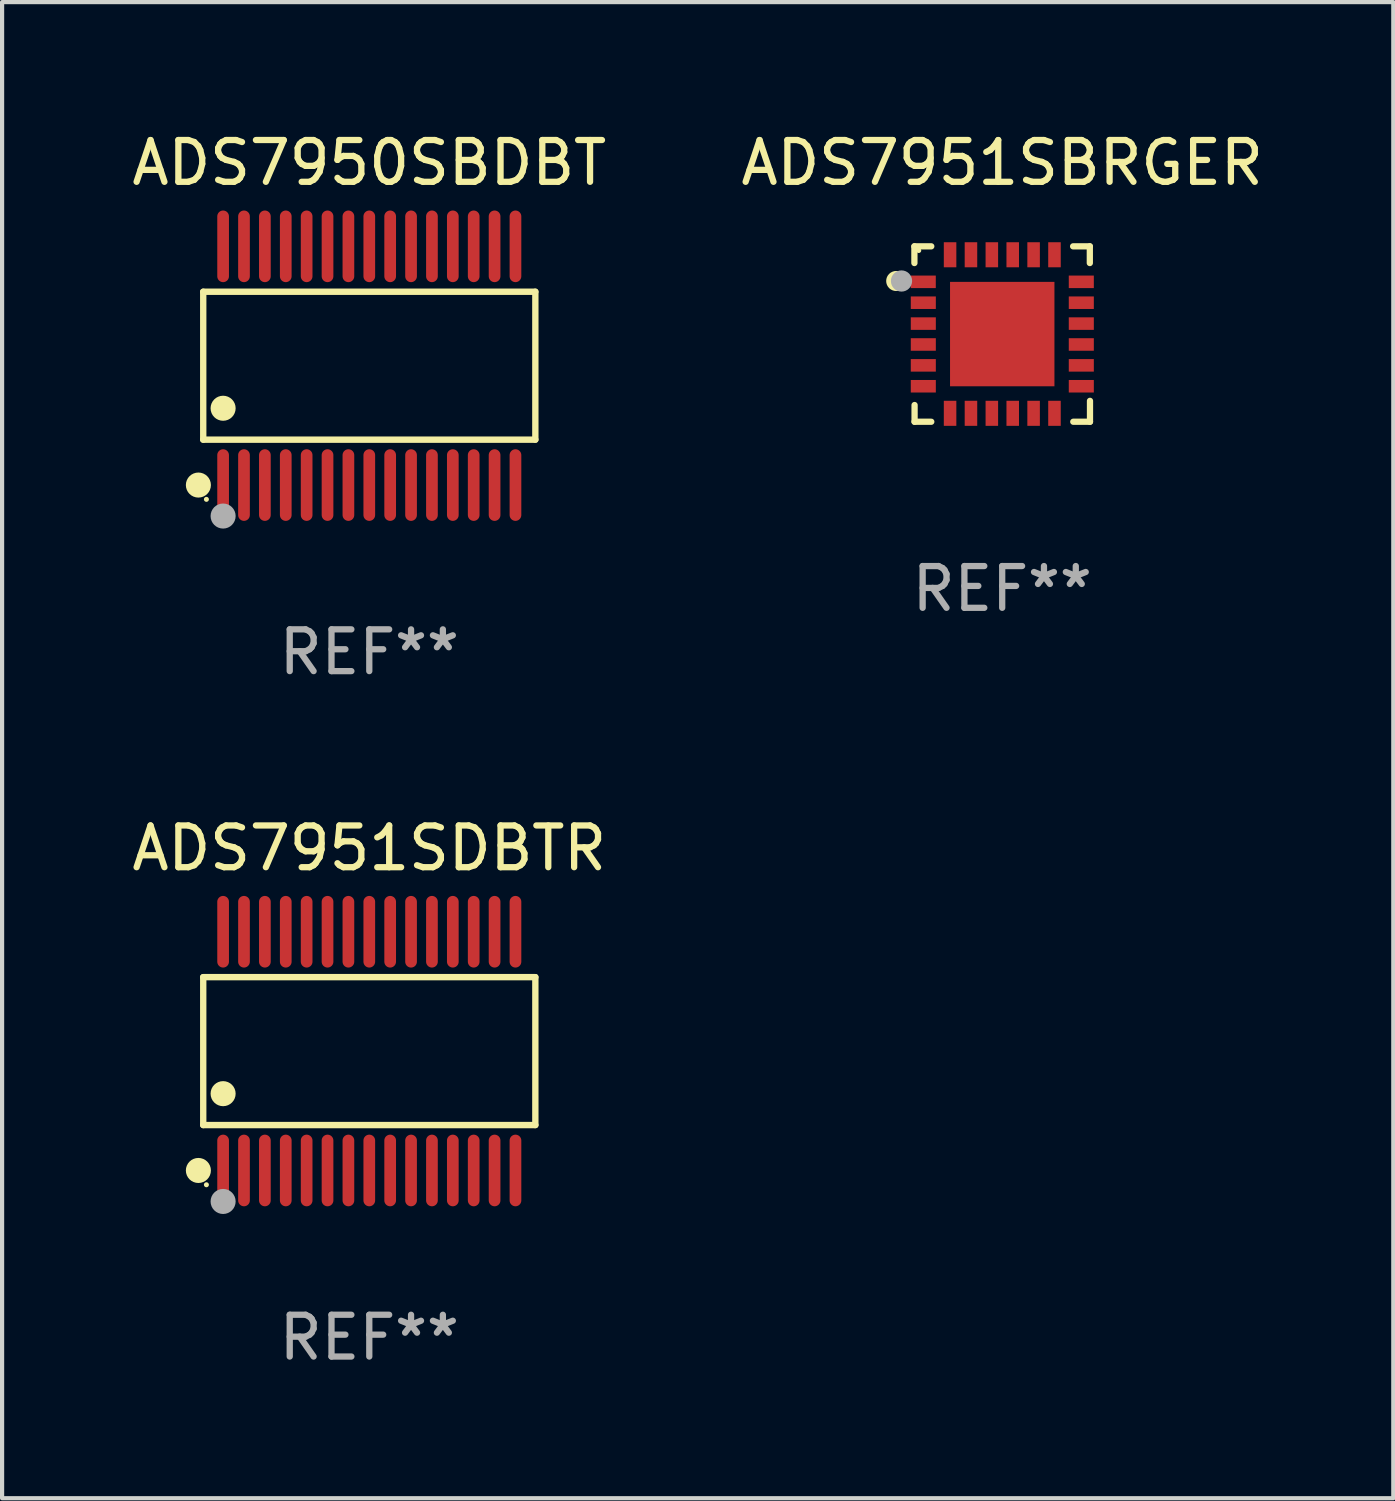
<source format=kicad_pcb>
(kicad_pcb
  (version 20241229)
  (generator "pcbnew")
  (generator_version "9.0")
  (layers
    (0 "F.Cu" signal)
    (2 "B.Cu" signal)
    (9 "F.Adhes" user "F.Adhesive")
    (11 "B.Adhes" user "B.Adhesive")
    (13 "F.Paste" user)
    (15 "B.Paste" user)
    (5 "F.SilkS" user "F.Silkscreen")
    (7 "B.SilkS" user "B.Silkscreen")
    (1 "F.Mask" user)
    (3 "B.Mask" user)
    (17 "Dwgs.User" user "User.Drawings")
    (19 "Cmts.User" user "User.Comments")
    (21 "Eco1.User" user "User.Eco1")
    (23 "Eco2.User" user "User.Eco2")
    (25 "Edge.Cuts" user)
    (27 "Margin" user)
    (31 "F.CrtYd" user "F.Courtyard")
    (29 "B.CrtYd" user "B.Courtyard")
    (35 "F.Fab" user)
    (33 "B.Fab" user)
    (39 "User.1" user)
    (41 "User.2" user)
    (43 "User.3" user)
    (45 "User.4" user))
  (footprint "ADS7951SDBTR"
    (layer "F.Cu")
    (at 5.792 22.117)
    (property "Reference" "ADS7951SDBTR" (at 0 -4.858 0) (layer "F.SilkS") (effects (font (size 1 1) (thickness 0.15))))
    (attr through_hole)
    (fp_line (start -3.976 -1.771) (end 3.976 -1.771) (stroke (width 0.152) (type solid)) (layer "F.SilkS"))
    (fp_line (start -3.976 1.771) (end -3.976 -1.771) (stroke (width 0.152) (type solid)) (layer "F.SilkS"))
    (fp_line (start 3.976 -1.771) (end 3.976 1.771) (stroke (width 0.152) (type solid)) (layer "F.SilkS"))
    (fp_line (start 3.976 1.771) (end -3.976 1.771) (stroke (width 0.152) (type solid)) (layer "F.SilkS"))
    (fp_circle (center -4.092 2.858) (end -3.942 2.858) (stroke (width 0.3) (type solid)) (fill no) (layer "F.SilkS"))
    (fp_circle (center -3.9 3.2) (end -3.87 3.2) (stroke (width 0.06) (type solid)) (fill no) (layer "F.SilkS"))
    (fp_circle (center -3.5 1.019) (end -3.35 1.019) (stroke (width 0.3) (type solid)) (fill no) (layer "F.SilkS"))
    (fp_circle (center -3.5 3.6) (end -3.35 3.6) (stroke (width 0.3) (type solid)) (fill no) (layer "F.Fab"))
    (fp_text user "REF**" (at 0 6.858 0) (layer "F.Fab") (effects (font (size 1 1) (thickness 0.15))))
    (pad "1" smd oval (at -3.5 2.858) (size 0.28 1.715) (layers "F.Cu" "F.Mask" "F.Paste"))
    (pad "2" smd oval (at -3 2.858) (size 0.28 1.715) (layers "F.Cu" "F.Mask" "F.Paste"))
    (pad "3" smd oval (at -2.5 2.858) (size 0.28 1.715) (layers "F.Cu" "F.Mask" "F.Paste"))
    (pad "4" smd oval (at -2 2.858) (size 0.28 1.715) (layers "F.Cu" "F.Mask" "F.Paste"))
    (pad "5" smd oval (at -1.5 2.858) (size 0.28 1.715) (layers "F.Cu" "F.Mask" "F.Paste"))
    (pad "6" smd oval (at -1 2.858) (size 0.28 1.715) (layers "F.Cu" "F.Mask" "F.Paste"))
    (pad "7" smd oval (at -0.5 2.858) (size 0.28 1.715) (layers "F.Cu" "F.Mask" "F.Paste"))
    (pad "8" smd oval (at 0 2.858) (size 0.28 1.715) (layers "F.Cu" "F.Mask" "F.Paste"))
    (pad "9" smd oval (at 0.5 2.858) (size 0.28 1.715) (layers "F.Cu" "F.Mask" "F.Paste"))
    (pad "10" smd oval (at 1 2.858) (size 0.28 1.715) (layers "F.Cu" "F.Mask" "F.Paste"))
    (pad "11" smd oval (at 1.5 2.858) (size 0.28 1.715) (layers "F.Cu" "F.Mask" "F.Paste"))
    (pad "12" smd oval (at 2 2.858) (size 0.28 1.715) (layers "F.Cu" "F.Mask" "F.Paste"))
    (pad "13" smd oval (at 2.5 2.858) (size 0.28 1.715) (layers "F.Cu" "F.Mask" "F.Paste"))
    (pad "14" smd oval (at 3 2.858) (size 0.28 1.715) (layers "F.Cu" "F.Mask" "F.Paste"))
    (pad "15" smd oval (at 3.5 2.858) (size 0.28 1.715) (layers "F.Cu" "F.Mask" "F.Paste"))
    (pad "16" smd oval (at 3.5 -2.858) (size 0.28 1.715) (layers "F.Cu" "F.Mask" "F.Paste"))
    (pad "17" smd oval (at 3 -2.858) (size 0.28 1.715) (layers "F.Cu" "F.Mask" "F.Paste"))
    (pad "18" smd oval (at 2.5 -2.858) (size 0.28 1.715) (layers "F.Cu" "F.Mask" "F.Paste"))
    (pad "19" smd oval (at 2 -2.858) (size 0.28 1.715) (layers "F.Cu" "F.Mask" "F.Paste"))
    (pad "20" smd oval (at 1.5 -2.858) (size 0.28 1.715) (layers "F.Cu" "F.Mask" "F.Paste"))
    (pad "21" smd oval (at 1 -2.858) (size 0.28 1.715) (layers "F.Cu" "F.Mask" "F.Paste"))
    (pad "22" smd oval (at 0.5 -2.858) (size 0.28 1.715) (layers "F.Cu" "F.Mask" "F.Paste"))
    (pad "23" smd oval (at 0 -2.858) (size 0.28 1.715) (layers "F.Cu" "F.Mask" "F.Paste"))
    (pad "24" smd oval (at -0.5 -2.858) (size 0.28 1.715) (layers "F.Cu" "F.Mask" "F.Paste"))
    (pad "25" smd oval (at -1 -2.858) (size 0.28 1.715) (layers "F.Cu" "F.Mask" "F.Paste"))
    (pad "26" smd oval (at -1.5 -2.858) (size 0.28 1.715) (layers "F.Cu" "F.Mask" "F.Paste"))
    (pad "27" smd oval (at -2 -2.858) (size 0.28 1.715) (layers "F.Cu" "F.Mask" "F.Paste"))
    (pad "28" smd oval (at -2.5 -2.858) (size 0.28 1.715) (layers "F.Cu" "F.Mask" "F.Paste"))
    (pad "29" smd oval (at -3 -2.858) (size 0.28 1.715) (layers "F.Cu" "F.Mask" "F.Paste"))
    (pad "30" smd oval (at -3.5 -2.858) (size 0.28 1.715) (layers "F.Cu" "F.Mask" "F.Paste")))
  (footprint "ADS7951SBRGER"
    (layer "F.Cu")
    (at 20.946 4.948)
    (property "Reference" "ADS7951SBRGER" (at 0 -4.1 0) (layer "F.SilkS") (effects (font (size 1 1) (thickness 0.15))))
    (attr through_hole)
    (fp_line (start -2.102 -2.1) (end -1.698 -2.1) (stroke (width 0.15) (type solid)) (layer "F.SilkS"))
    (fp_line (start -2.102 -1.7) (end -2.102 -2.1) (stroke (width 0.15) (type solid)) (layer "F.SilkS"))
    (fp_line (start -2.098 1.7) (end -2.098 2.1) (stroke (width 0.15) (type solid)) (layer "F.SilkS"))
    (fp_line (start -2.098 2.1) (end -1.698 2.1) (stroke (width 0.15) (type solid)) (layer "F.SilkS"))
    (fp_line (start 1.698 -2.1) (end 2.098 -2.1) (stroke (width 0.15) (type solid)) (layer "F.SilkS"))
    (fp_line (start 2.098 -2.1) (end 2.098 -1.7) (stroke (width 0.15) (type solid)) (layer "F.SilkS"))
    (fp_line (start 2.102 1.6) (end 2.102 2.1) (stroke (width 0.15) (type solid)) (layer "F.SilkS"))
    (fp_line (start 2.102 2.1) (end 1.702 2.1) (stroke (width 0.15) (type solid)) (layer "F.SilkS"))
    (fp_circle (center -2.538 -1.27) (end -2.418 -1.27) (stroke (width 0.24) (type solid)) (fill no) (layer "F.SilkS"))
    (fp_circle (center -1.998 -2) (end -1.968 -2) (stroke (width 0.06) (type solid)) (fill no) (layer "F.SilkS"))
    (fp_circle (center -2.411 -1.27) (end -2.284 -1.27) (stroke (width 0.254) (type solid)) (fill no) (layer "F.Fab"))
    (fp_text user "REF**" (at 0 6.1 0) (layer "F.Fab") (effects (font (size 1 1) (thickness 0.15))))
    (pad "1" smd rect (at -1.89 -1.25 90) (size 0.3 0.6) (layers "F.Cu" "F.Mask" "F.Paste"))
    (pad "2" smd rect (at -1.889 -0.75 90) (size 0.3 0.6) (layers "F.Cu" "F.Mask" "F.Paste"))
    (pad "3" smd rect (at -1.889 -0.25 90) (size 0.3 0.6) (layers "F.Cu" "F.Mask" "F.Paste"))
    (pad "4" smd rect (at -1.889 0.25 90) (size 0.3 0.6) (layers "F.Cu" "F.Mask" "F.Paste"))
    (pad "5" smd rect (at -1.889 0.75 90) (size 0.3 0.6) (layers "F.Cu" "F.Mask" "F.Paste"))
    (pad "6" smd rect (at -1.889 1.25 90) (size 0.3 0.6) (layers "F.Cu" "F.Mask" "F.Paste"))
    (pad "7" smd rect (at -1.248 1.898 180) (size 0.3 0.6) (layers "F.Cu" "F.Mask" "F.Paste"))
    (pad "8" smd rect (at -0.748 1.898 180) (size 0.3 0.6) (layers "F.Cu" "F.Mask" "F.Paste"))
    (pad "9" smd rect (at -0.248 1.898 180) (size 0.3 0.6) (layers "F.Cu" "F.Mask" "F.Paste"))
    (pad "10" smd rect (at 0.252 1.898 180) (size 0.3 0.6) (layers "F.Cu" "F.Mask" "F.Paste"))
    (pad "11" smd rect (at 0.752 1.898 180) (size 0.3 0.6) (layers "F.Cu" "F.Mask" "F.Paste"))
    (pad "12" smd rect (at 1.252 1.898 180) (size 0.3 0.6) (layers "F.Cu" "F.Mask" "F.Paste"))
    (pad "13" smd rect (at 1.894 1.25 270) (size 0.3 0.6) (layers "F.Cu" "F.Mask" "F.Paste"))
    (pad "14" smd rect (at 1.894 0.75 270) (size 0.3 0.6) (layers "F.Cu" "F.Mask" "F.Paste"))
    (pad "15" smd rect (at 1.894 0.25 270) (size 0.3 0.6) (layers "F.Cu" "F.Mask" "F.Paste"))
    (pad "16" smd rect (at 1.894 -0.25 270) (size 0.3 0.6) (layers "F.Cu" "F.Mask" "F.Paste"))
    (pad "17" smd rect (at 1.894 -0.75 270) (size 0.3 0.6) (layers "F.Cu" "F.Mask" "F.Paste"))
    (pad "18" smd rect (at 1.894 -1.25 270) (size 0.3 0.6) (layers "F.Cu" "F.Mask" "F.Paste"))
    (pad "19" smd rect (at 1.252 -1.898) (size 0.3 0.6) (layers "F.Cu" "F.Mask" "F.Paste"))
    (pad "20" smd rect (at 0.752 -1.898) (size 0.3 0.6) (layers "F.Cu" "F.Mask" "F.Paste"))
    (pad "21" smd rect (at 0.252 -1.898) (size 0.3 0.6) (layers "F.Cu" "F.Mask" "F.Paste"))
    (pad "22" smd rect (at -0.248 -1.898) (size 0.3 0.6) (layers "F.Cu" "F.Mask" "F.Paste"))
    (pad "23" smd rect (at -0.748 -1.898) (size 0.3 0.6) (layers "F.Cu" "F.Mask" "F.Paste"))
    (pad "24" smd rect (at -1.248 -1.898) (size 0.3 0.6) (layers "F.Cu" "F.Mask" "F.Paste"))
    (pad "25" smd rect (at 0.001 0.001) (size 2.5 2.5) (layers "F.Cu" "F.Mask" "F.Paste")))
  (footprint "ADS7950SBDBT"
    (layer "F.Cu")
    (at 5.792 5.706)
    (property "Reference" "ADS7950SBDBT" (at 0 -4.858 0) (layer "F.SilkS") (effects (font (size 1 1) (thickness 0.15))))
    (attr through_hole)
    (fp_line (start -3.976 -1.771) (end 3.976 -1.771) (stroke (width 0.152) (type solid)) (layer "F.SilkS"))
    (fp_line (start -3.976 1.771) (end -3.976 -1.771) (stroke (width 0.152) (type solid)) (layer "F.SilkS"))
    (fp_line (start 3.976 -1.771) (end 3.976 1.771) (stroke (width 0.152) (type solid)) (layer "F.SilkS"))
    (fp_line (start 3.976 1.771) (end -3.976 1.771) (stroke (width 0.152) (type solid)) (layer "F.SilkS"))
    (fp_circle (center -4.092 2.858) (end -3.942 2.858) (stroke (width 0.3) (type solid)) (fill no) (layer "F.SilkS"))
    (fp_circle (center -3.9 3.2) (end -3.87 3.2) (stroke (width 0.06) (type solid)) (fill no) (layer "F.SilkS"))
    (fp_circle (center -3.5 1.019) (end -3.35 1.019) (stroke (width 0.3) (type solid)) (fill no) (layer "F.SilkS"))
    (fp_circle (center -3.5 3.6) (end -3.35 3.6) (stroke (width 0.3) (type solid)) (fill no) (layer "F.Fab"))
    (fp_text user "REF**" (at 0 6.858 0) (layer "F.Fab") (effects (font (size 1 1) (thickness 0.15))))
    (pad "1" smd oval (at -3.5 2.858) (size 0.28 1.715) (layers "F.Cu" "F.Mask" "F.Paste"))
    (pad "2" smd oval (at -3 2.858) (size 0.28 1.715) (layers "F.Cu" "F.Mask" "F.Paste"))
    (pad "3" smd oval (at -2.5 2.858) (size 0.28 1.715) (layers "F.Cu" "F.Mask" "F.Paste"))
    (pad "4" smd oval (at -2 2.858) (size 0.28 1.715) (layers "F.Cu" "F.Mask" "F.Paste"))
    (pad "5" smd oval (at -1.5 2.858) (size 0.28 1.715) (layers "F.Cu" "F.Mask" "F.Paste"))
    (pad "6" smd oval (at -1 2.858) (size 0.28 1.715) (layers "F.Cu" "F.Mask" "F.Paste"))
    (pad "7" smd oval (at -0.5 2.858) (size 0.28 1.715) (layers "F.Cu" "F.Mask" "F.Paste"))
    (pad "8" smd oval (at 0 2.858) (size 0.28 1.715) (layers "F.Cu" "F.Mask" "F.Paste"))
    (pad "9" smd oval (at 0.5 2.858) (size 0.28 1.715) (layers "F.Cu" "F.Mask" "F.Paste"))
    (pad "10" smd oval (at 1 2.858) (size 0.28 1.715) (layers "F.Cu" "F.Mask" "F.Paste"))
    (pad "11" smd oval (at 1.5 2.858) (size 0.28 1.715) (layers "F.Cu" "F.Mask" "F.Paste"))
    (pad "12" smd oval (at 2 2.858) (size 0.28 1.715) (layers "F.Cu" "F.Mask" "F.Paste"))
    (pad "13" smd oval (at 2.5 2.858) (size 0.28 1.715) (layers "F.Cu" "F.Mask" "F.Paste"))
    (pad "14" smd oval (at 3 2.858) (size 0.28 1.715) (layers "F.Cu" "F.Mask" "F.Paste"))
    (pad "15" smd oval (at 3.5 2.858) (size 0.28 1.715) (layers "F.Cu" "F.Mask" "F.Paste"))
    (pad "16" smd oval (at 3.5 -2.858) (size 0.28 1.715) (layers "F.Cu" "F.Mask" "F.Paste"))
    (pad "17" smd oval (at 3 -2.858) (size 0.28 1.715) (layers "F.Cu" "F.Mask" "F.Paste"))
    (pad "18" smd oval (at 2.5 -2.858) (size 0.28 1.715) (layers "F.Cu" "F.Mask" "F.Paste"))
    (pad "19" smd oval (at 2 -2.858) (size 0.28 1.715) (layers "F.Cu" "F.Mask" "F.Paste"))
    (pad "20" smd oval (at 1.5 -2.858) (size 0.28 1.715) (layers "F.Cu" "F.Mask" "F.Paste"))
    (pad "21" smd oval (at 1 -2.858) (size 0.28 1.715) (layers "F.Cu" "F.Mask" "F.Paste"))
    (pad "22" smd oval (at 0.5 -2.858) (size 0.28 1.715) (layers "F.Cu" "F.Mask" "F.Paste"))
    (pad "23" smd oval (at 0 -2.858) (size 0.28 1.715) (layers "F.Cu" "F.Mask" "F.Paste"))
    (pad "24" smd oval (at -0.5 -2.858) (size 0.28 1.715) (layers "F.Cu" "F.Mask" "F.Paste"))
    (pad "25" smd oval (at -1 -2.858) (size 0.28 1.715) (layers "F.Cu" "F.Mask" "F.Paste"))
    (pad "26" smd oval (at -1.5 -2.858) (size 0.28 1.715) (layers "F.Cu" "F.Mask" "F.Paste"))
    (pad "27" smd oval (at -2 -2.858) (size 0.28 1.715) (layers "F.Cu" "F.Mask" "F.Paste"))
    (pad "28" smd oval (at -2.5 -2.858) (size 0.28 1.715) (layers "F.Cu" "F.Mask" "F.Paste"))
    (pad "29" smd oval (at -3 -2.858) (size 0.28 1.715) (layers "F.Cu" "F.Mask" "F.Paste"))
    (pad "30" smd oval (at -3.5 -2.858) (size 0.28 1.715) (layers "F.Cu" "F.Mask" "F.Paste")))
  (gr_rect
    (start -3 -3)
    (end 30.31 32.823)
    (stroke (width 0.1) (type default))
    (fill no)
    (layer "Edge.Cuts")))
</source>
